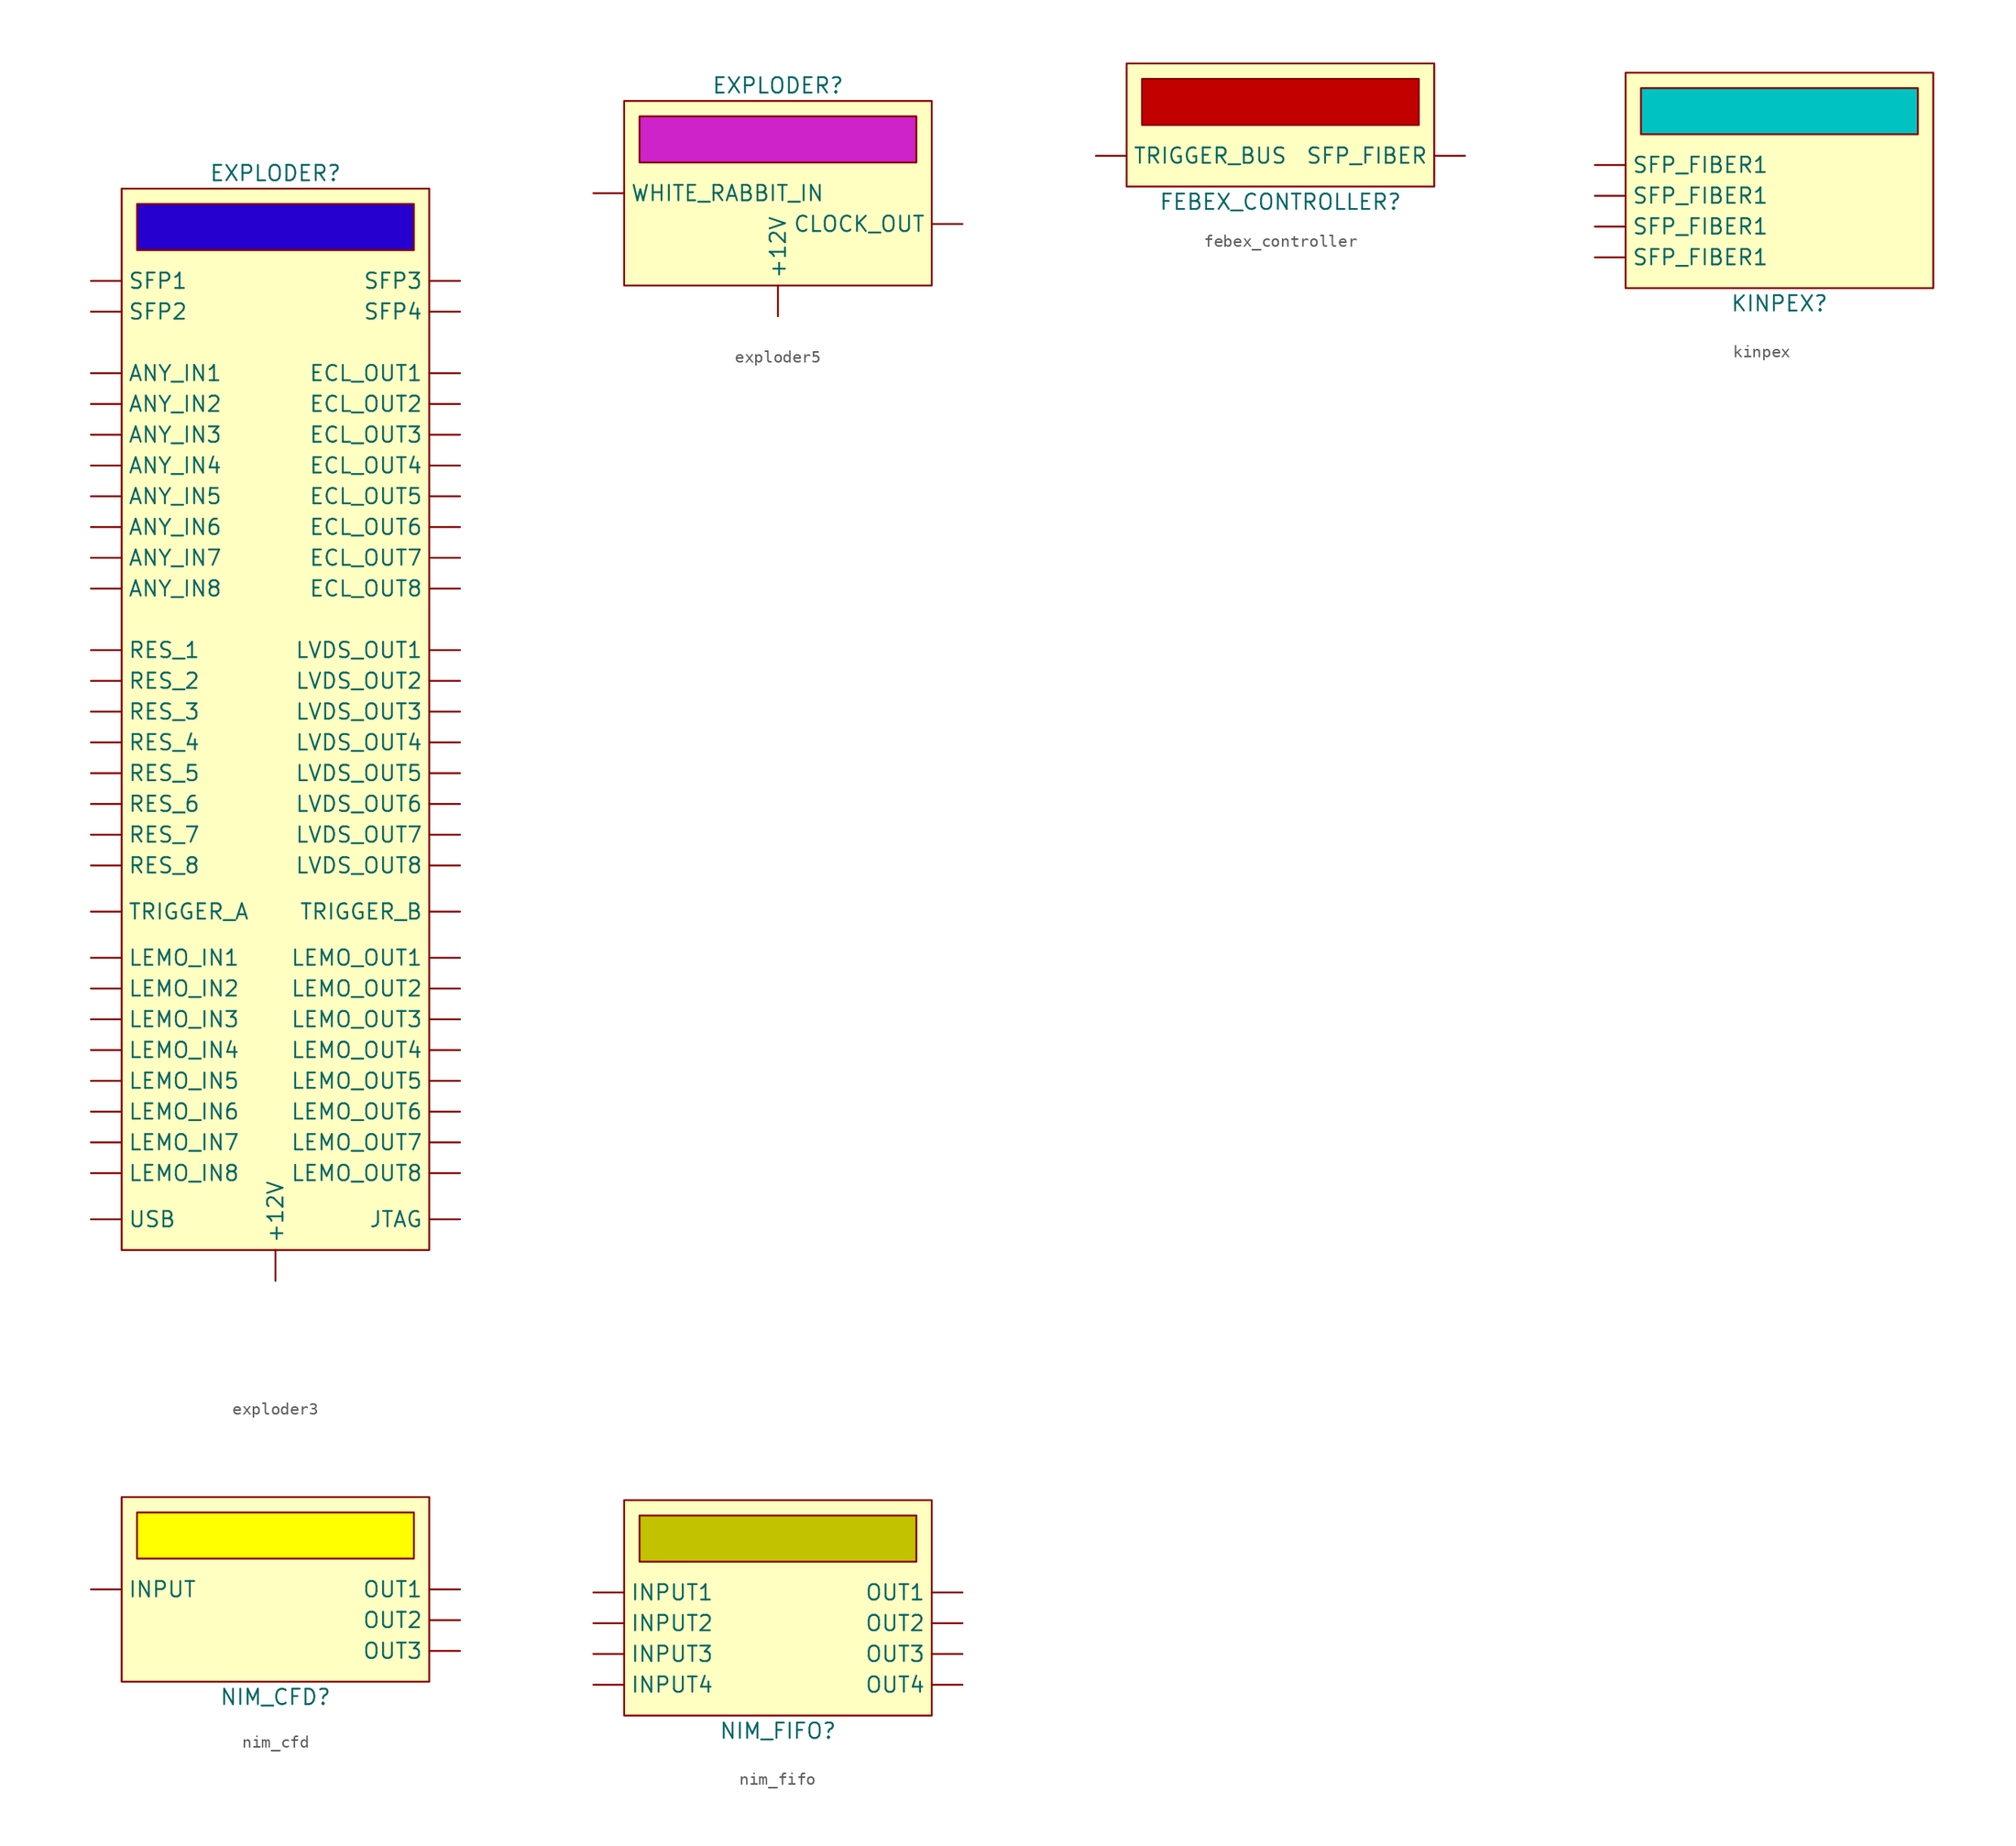
<source format=kicad_sym>
(kicad_symbol_lib
  (version 20220914)
  (generator kicad_symbol_editor)
  (symbol "exploder3"
    (property "Reference" "EXPLODER"
      (at 0 90.17 0)
      (effects (font (size 1.27 1.27))))
    (property "Value" ""
      (at 0 0 0)
      (effects (font (size 1.27 1.27))))
    (symbol "exploder3_1_1"
      (rectangle (start -12.7 88.9) (end 12.7 1.27) (stroke (width 0) (type default)) (fill (type background)))
      (rectangle (start -11.43 87.63) (end 11.43 83.82) (stroke (width 0) (type default)) (fill (type color) (color 37 0 206 1)))
      (pin power_in line (at 0 -1.27 90) (length 2.54) (name "+12V" (effects (font (size 1.27 1.27)))) (number "" (effects (font (size 1.27 1.27)))))
      (pin input line (at -15.24 73.66 0) (length 2.54) (name "ANY_IN1" (effects (font (size 1.27 1.27)))) (number "" (effects (font (size 1.27 1.27)))))
      (pin input line (at -15.24 71.12 0) (length 2.54) (name "ANY_IN2" (effects (font (size 1.27 1.27)))) (number "" (effects (font (size 1.27 1.27)))))
      (pin input line (at -15.24 68.58 0) (length 2.54) (name "ANY_IN3" (effects (font (size 1.27 1.27)))) (number "" (effects (font (size 1.27 1.27)))))
      (pin input line (at -15.24 66.04 0) (length 2.54) (name "ANY_IN4" (effects (font (size 1.27 1.27)))) (number "" (effects (font (size 1.27 1.27)))))
      (pin input line (at -15.24 63.5 0) (length 2.54) (name "ANY_IN5" (effects (font (size 1.27 1.27)))) (number "" (effects (font (size 1.27 1.27)))))
      (pin input line (at -15.24 60.96 0) (length 2.54) (name "ANY_IN6" (effects (font (size 1.27 1.27)))) (number "" (effects (font (size 1.27 1.27)))))
      (pin input line (at -15.24 58.42 0) (length 2.54) (name "ANY_IN7" (effects (font (size 1.27 1.27)))) (number "" (effects (font (size 1.27 1.27)))))
      (pin input line (at -15.24 55.88 0) (length 2.54) (name "ANY_IN8" (effects (font (size 1.27 1.27)))) (number "" (effects (font (size 1.27 1.27)))))
      (pin output line (at 15.24 73.66 180) (length 2.54) (name "ECL_OUT1" (effects (font (size 1.27 1.27)))) (number "" (effects (font (size 1.27 1.27)))))
      (pin output line (at 15.24 71.12 180) (length 2.54) (name "ECL_OUT2" (effects (font (size 1.27 1.27)))) (number "" (effects (font (size 1.27 1.27)))))
      (pin output line (at 15.24 68.58 180) (length 2.54) (name "ECL_OUT3" (effects (font (size 1.27 1.27)))) (number "" (effects (font (size 1.27 1.27)))))
      (pin output line (at 15.24 66.04 180) (length 2.54) (name "ECL_OUT4" (effects (font (size 1.27 1.27)))) (number "" (effects (font (size 1.27 1.27)))))
      (pin output line (at 15.24 63.5 180) (length 2.54) (name "ECL_OUT5" (effects (font (size 1.27 1.27)))) (number "" (effects (font (size 1.27 1.27)))))
      (pin output line (at 15.24 60.96 180) (length 2.54) (name "ECL_OUT6" (effects (font (size 1.27 1.27)))) (number "" (effects (font (size 1.27 1.27)))))
      (pin output line (at 15.24 58.42 180) (length 2.54) (name "ECL_OUT7" (effects (font (size 1.27 1.27)))) (number "" (effects (font (size 1.27 1.27)))))
      (pin output line (at 15.24 55.88 180) (length 2.54) (name "ECL_OUT8" (effects (font (size 1.27 1.27)))) (number "" (effects (font (size 1.27 1.27)))))
      (pin input line (at 15.24 3.81 180) (length 2.54) (name "JTAG" (effects (font (size 1.27 1.27)))) (number "" (effects (font (size 1.27 1.27)))))
      (pin input line (at -15.24 25.4 0) (length 2.54) (name "LEMO_IN1" (effects (font (size 1.27 1.27)))) (number "" (effects (font (size 1.27 1.27)))))
      (pin input line (at -15.24 22.86 0) (length 2.54) (name "LEMO_IN2" (effects (font (size 1.27 1.27)))) (number "" (effects (font (size 1.27 1.27)))))
      (pin input line (at -15.24 20.32 0) (length 2.54) (name "LEMO_IN3" (effects (font (size 1.27 1.27)))) (number "" (effects (font (size 1.27 1.27)))))
      (pin input line (at -15.24 17.78 0) (length 2.54) (name "LEMO_IN4" (effects (font (size 1.27 1.27)))) (number "" (effects (font (size 1.27 1.27)))))
      (pin input line (at -15.24 15.24 0) (length 2.54) (name "LEMO_IN5" (effects (font (size 1.27 1.27)))) (number "" (effects (font (size 1.27 1.27)))))
      (pin input line (at -15.24 12.7 0) (length 2.54) (name "LEMO_IN6" (effects (font (size 1.27 1.27)))) (number "" (effects (font (size 1.27 1.27)))))
      (pin input line (at -15.24 10.16 0) (length 2.54) (name "LEMO_IN7" (effects (font (size 1.27 1.27)))) (number "" (effects (font (size 1.27 1.27)))))
      (pin input line (at -15.24 7.62 0) (length 2.54) (name "LEMO_IN8" (effects (font (size 1.27 1.27)))) (number "" (effects (font (size 1.27 1.27)))))
      (pin output line (at 15.24 25.4 180) (length 2.54) (name "LEMO_OUT1" (effects (font (size 1.27 1.27)))) (number "" (effects (font (size 1.27 1.27)))))
      (pin output line (at 15.24 22.86 180) (length 2.54) (name "LEMO_OUT2" (effects (font (size 1.27 1.27)))) (number "" (effects (font (size 1.27 1.27)))))
      (pin output line (at 15.24 20.32 180) (length 2.54) (name "LEMO_OUT3" (effects (font (size 1.27 1.27)))) (number "" (effects (font (size 1.27 1.27)))))
      (pin output line (at 15.24 17.78 180) (length 2.54) (name "LEMO_OUT4" (effects (font (size 1.27 1.27)))) (number "" (effects (font (size 1.27 1.27)))))
      (pin output line (at 15.24 15.24 180) (length 2.54) (name "LEMO_OUT5" (effects (font (size 1.27 1.27)))) (number "" (effects (font (size 1.27 1.27)))))
      (pin output line (at 15.24 12.7 180) (length 2.54) (name "LEMO_OUT6" (effects (font (size 1.27 1.27)))) (number "" (effects (font (size 1.27 1.27)))))
      (pin output line (at 15.24 10.16 180) (length 2.54) (name "LEMO_OUT7" (effects (font (size 1.27 1.27)))) (number "" (effects (font (size 1.27 1.27)))))
      (pin output line (at 15.24 7.62 180) (length 2.54) (name "LEMO_OUT8" (effects (font (size 1.27 1.27)))) (number "" (effects (font (size 1.27 1.27)))))
      (pin output line (at 15.24 50.8 180) (length 2.54) (name "LVDS_OUT1" (effects (font (size 1.27 1.27)))) (number "" (effects (font (size 1.27 1.27)))))
      (pin output line (at 15.24 48.26 180) (length 2.54) (name "LVDS_OUT2" (effects (font (size 1.27 1.27)))) (number "" (effects (font (size 1.27 1.27)))))
      (pin output line (at 15.24 45.72 180) (length 2.54) (name "LVDS_OUT3" (effects (font (size 1.27 1.27)))) (number "" (effects (font (size 1.27 1.27)))))
      (pin output line (at 15.24 43.18 180) (length 2.54) (name "LVDS_OUT4" (effects (font (size 1.27 1.27)))) (number "" (effects (font (size 1.27 1.27)))))
      (pin output line (at 15.24 40.64 180) (length 2.54) (name "LVDS_OUT5" (effects (font (size 1.27 1.27)))) (number "" (effects (font (size 1.27 1.27)))))
      (pin output line (at 15.24 38.1 180) (length 2.54) (name "LVDS_OUT6" (effects (font (size 1.27 1.27)))) (number "" (effects (font (size 1.27 1.27)))))
      (pin output line (at 15.24 35.56 180) (length 2.54) (name "LVDS_OUT7" (effects (font (size 1.27 1.27)))) (number "" (effects (font (size 1.27 1.27)))))
      (pin output line (at 15.24 33.02 180) (length 2.54) (name "LVDS_OUT8" (effects (font (size 1.27 1.27)))) (number "" (effects (font (size 1.27 1.27)))))
      (pin bidirectional line (at -15.24 50.8 0) (length 2.54) (name "RES_1" (effects (font (size 1.27 1.27)))) (number "" (effects (font (size 1.27 1.27)))))
      (pin bidirectional line (at -15.24 48.26 0) (length 2.54) (name "RES_2" (effects (font (size 1.27 1.27)))) (number "" (effects (font (size 1.27 1.27)))))
      (pin bidirectional line (at -15.24 45.72 0) (length 2.54) (name "RES_3" (effects (font (size 1.27 1.27)))) (number "" (effects (font (size 1.27 1.27)))))
      (pin bidirectional line (at -15.24 43.18 0) (length 2.54) (name "RES_4" (effects (font (size 1.27 1.27)))) (number "" (effects (font (size 1.27 1.27)))))
      (pin bidirectional line (at -15.24 40.64 0) (length 2.54) (name "RES_5" (effects (font (size 1.27 1.27)))) (number "" (effects (font (size 1.27 1.27)))))
      (pin bidirectional line (at -15.24 38.1 0) (length 2.54) (name "RES_6" (effects (font (size 1.27 1.27)))) (number "" (effects (font (size 1.27 1.27)))))
      (pin bidirectional line (at -15.24 35.56 0) (length 2.54) (name "RES_7" (effects (font (size 1.27 1.27)))) (number "" (effects (font (size 1.27 1.27)))))
      (pin bidirectional line (at -15.24 33.02 0) (length 2.54) (name "RES_8" (effects (font (size 1.27 1.27)))) (number "" (effects (font (size 1.27 1.27)))))
      (pin bidirectional line (at -15.24 81.28 0) (length 2.54) (name "SFP1" (effects (font (size 1.27 1.27)))) (number "" (effects (font (size 1.27 1.27)))))
      (pin bidirectional line (at -15.24 78.74 0) (length 2.54) (name "SFP2" (effects (font (size 1.27 1.27)))) (number "" (effects (font (size 1.27 1.27)))))
      (pin bidirectional line (at 15.24 81.28 180) (length 2.54) (name "SFP3" (effects (font (size 1.27 1.27)))) (number "" (effects (font (size 1.27 1.27)))))
      (pin bidirectional line (at 15.24 78.74 180) (length 2.54) (name "SFP4" (effects (font (size 1.27 1.27)))) (number "" (effects (font (size 1.27 1.27)))))
      (pin bidirectional line (at -15.24 29.21 0) (length 2.54) (name "TRIGGER_A" (effects (font (size 1.27 1.27)))) (number "" (effects (font (size 1.27 1.27)))))
      (pin bidirectional line (at 15.24 29.21 180) (length 2.54) (name "TRIGGER_B" (effects (font (size 1.27 1.27)))) (number "" (effects (font (size 1.27 1.27)))))
      (pin input line (at -15.24 3.81 0) (length 2.54) (name "USB" (effects (font (size 1.27 1.27)))) (number "" (effects (font (size 1.27 1.27)))))))
  (symbol "exploder5"
    (property "Reference" "EXPLODER"
      (at 0 17.78 0)
      (effects (font (size 1.27 1.27))))
    (property "Value" ""
      (at 0 0 0)
      (effects (font (size 1.27 1.27))))
    (symbol "exploder5_1_1"
      (rectangle (start -12.7 16.51) (end 12.7 1.27) (stroke (width 0) (type default)) (fill (type background)))
      (rectangle (start -11.43 15.24) (end 11.43 11.43) (stroke (width 0) (type default)) (fill (type color) (color 206 35 201 1)))
      (pin power_in line (at 0 -1.27 90) (length 2.54) (name "+12V" (effects (font (size 1.27 1.27)))) (number "" (effects (font (size 1.27 1.27)))))
      (pin output line (at 15.24 6.35 180) (length 2.54) (name "CLOCK_OUT" (effects (font (size 1.27 1.27)))) (number "" (effects (font (size 1.27 1.27)))))
      (pin input line (at -15.24 8.89 0) (length 2.54) (name "WHITE_RABBIT_IN" (effects (font (size 1.27 1.27)))) (number "" (effects (font (size 1.27 1.27)))))))
  (symbol "febex_controller"
    (property "Reference" "FEBEX_CONTROLLER"
      (at 0 0 0)
      (effects (font (size 1.27 1.27))))
    (property "Value" ""
      (at 0 0 0)
      (effects (font (size 1.27 1.27))))
    (symbol "febex_controller_1_1"
      (rectangle (start -12.7 11.43) (end 12.7 1.27) (stroke (width 0) (type default)) (fill (type background)))
      (rectangle (start -11.43 10.16) (end 11.43 6.35) (stroke (width 0) (type default)) (fill (type color) (color 194 0 0 1)))
      (pin output line (at 15.24 3.81 180) (length 2.54) (name "SFP_FIBER" (effects (font (size 1.27 1.27)))) (number "" (effects (font (size 1.27 1.27)))))
      (pin input line (at -15.24 3.81 0) (length 2.54) (name "TRIGGER_BUS" (effects (font (size 1.27 1.27)))) (number "" (effects (font (size 1.27 1.27)))))))
  (symbol "kinpex"
    (property "Reference" "KINPEX"
      (at 0 0 0)
      (effects (font (size 1.27 1.27))))
    (property "Value" ""
      (at 0 0 0)
      (effects (font (size 1.27 1.27))))
    (symbol "kinpex_1_1"
      (rectangle (start -12.7 19.05) (end 12.7 1.27) (stroke (width 0) (type default)) (fill (type background)))
      (rectangle (start -11.43 17.78) (end 11.43 13.97) (stroke (width 0) (type default)) (fill (type color) (color 0 194 194 1)))
      (pin input line (at -15.24 3.81 0) (length 2.54) (name "SFP_FIBER1" (effects (font (size 1.27 1.27)))) (number "" (effects (font (size 1.27 1.27)))))
      (pin input line (at -15.24 6.35 0) (length 2.54) (name "SFP_FIBER1" (effects (font (size 1.27 1.27)))) (number "" (effects (font (size 1.27 1.27)))))
      (pin input line (at -15.24 8.89 0) (length 2.54) (name "SFP_FIBER1" (effects (font (size 1.27 1.27)))) (number "" (effects (font (size 1.27 1.27)))))
      (pin input line (at -15.24 11.43 0) (length 2.54) (name "SFP_FIBER1" (effects (font (size 1.27 1.27)))) (number "" (effects (font (size 1.27 1.27)))))))
  (symbol "nim_cfd"
    (property "Reference" "NIM_CFD"
      (at 0 0 0)
      (effects (font (size 1.27 1.27))))
    (property "Value" ""
      (at 0 0 0)
      (effects (font (size 1.27 1.27))))
    (symbol "nim_cfd_1_1"
      (rectangle (start -12.7 16.51) (end 12.7 1.27) (stroke (width 0) (type default)) (fill (type background)))
      (rectangle (start -11.43 15.24) (end 11.43 11.43) (stroke (width 0) (type default)) (fill (type color) (color 255 255 0 1)))
      (pin input line (at -15.24 8.89 0) (length 2.54) (name "INPUT" (effects (font (size 1.27 1.27)))) (number "" (effects (font (size 1.27 1.27)))))
      (pin output line (at 15.24 8.89 180) (length 2.54) (name "OUT1" (effects (font (size 1.27 1.27)))) (number "" (effects (font (size 1.27 1.27)))))
      (pin output line (at 15.24 6.35 180) (length 2.54) (name "OUT2" (effects (font (size 1.27 1.27)))) (number "" (effects (font (size 1.27 1.27)))))
      (pin output line (at 15.24 3.81 180) (length 2.54) (name "OUT3" (effects (font (size 1.27 1.27)))) (number "" (effects (font (size 1.27 1.27)))))))
  (symbol "nim_fifo"
    (property "Reference" "NIM_FIFO"
      (at 0 0 0)
      (effects (font (size 1.27 1.27))))
    (property "Value" ""
      (at 0 0 0)
      (effects (font (size 1.27 1.27))))
    (symbol "nim_fifo_1_1"
      (rectangle (start -12.7 19.05) (end 12.7 1.27) (stroke (width 0) (type default)) (fill (type background)))
      (rectangle (start -11.43 17.78) (end 11.43 13.97) (stroke (width 0) (type default)) (fill (type color) (color 194 194 0 1)))
      (pin input line (at -15.24 11.43 0) (length 2.54) (name "INPUT1" (effects (font (size 1.27 1.27)))) (number "" (effects (font (size 1.27 1.27)))))
      (pin input line (at -15.24 8.89 0) (length 2.54) (name "INPUT2" (effects (font (size 1.27 1.27)))) (number "" (effects (font (size 1.27 1.27)))))
      (pin input line (at -15.24 6.35 0) (length 2.54) (name "INPUT3" (effects (font (size 1.27 1.27)))) (number "" (effects (font (size 1.27 1.27)))))
      (pin input line (at -15.24 3.81 0) (length 2.54) (name "INPUT4" (effects (font (size 1.27 1.27)))) (number "" (effects (font (size 1.27 1.27)))))
      (pin output line (at 15.24 11.43 180) (length 2.54) (name "OUT1" (effects (font (size 1.27 1.27)))) (number "" (effects (font (size 1.27 1.27)))))
      (pin output line (at 15.24 8.89 180) (length 2.54) (name "OUT2" (effects (font (size 1.27 1.27)))) (number "" (effects (font (size 1.27 1.27)))))
      (pin output line (at 15.24 6.35 180) (length 2.54) (name "OUT3" (effects (font (size 1.27 1.27)))) (number "" (effects (font (size 1.27 1.27)))))
      (pin output line (at 15.24 3.81 180) (length 2.54) (name "OUT4" (effects (font (size 1.27 1.27)))) (number "" (effects (font (size 1.27 1.27))))))))
</source>
